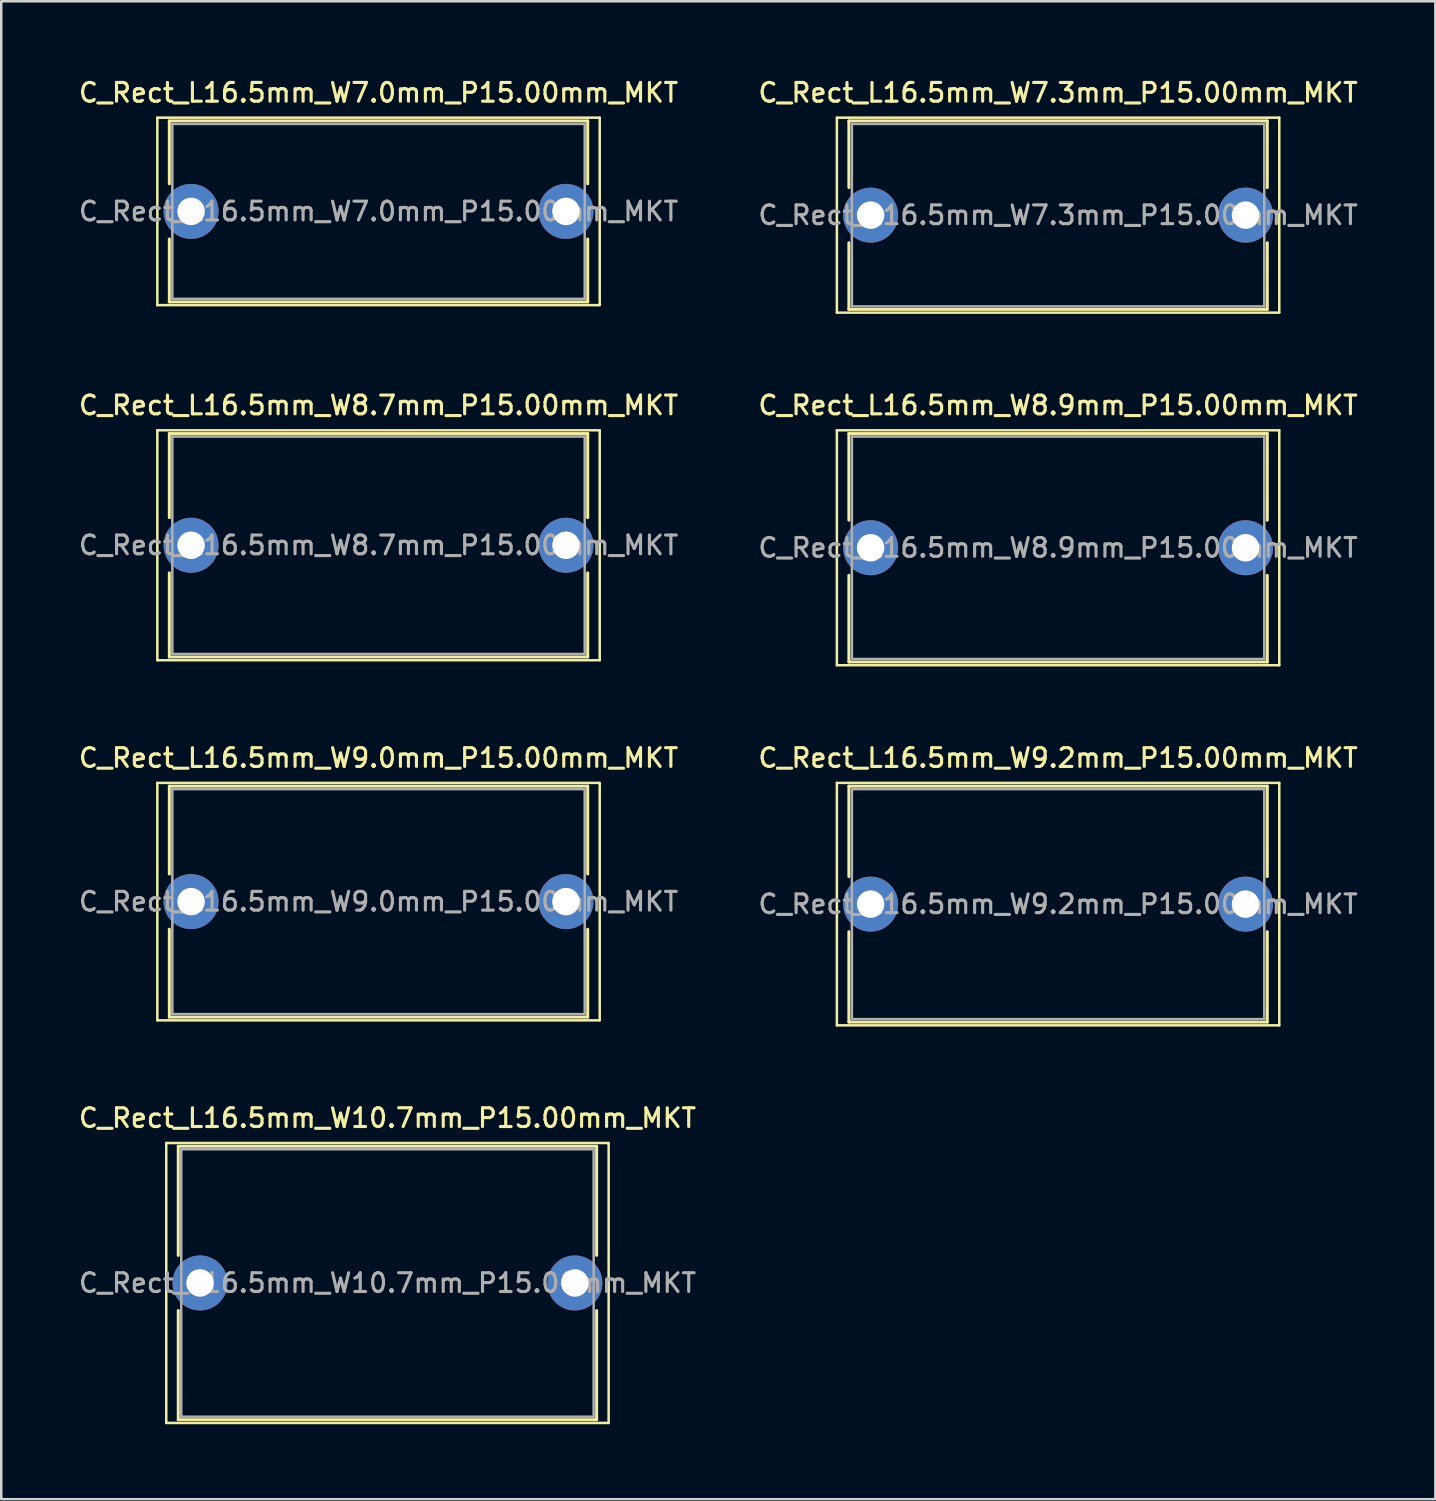
<source format=kicad_pcb>
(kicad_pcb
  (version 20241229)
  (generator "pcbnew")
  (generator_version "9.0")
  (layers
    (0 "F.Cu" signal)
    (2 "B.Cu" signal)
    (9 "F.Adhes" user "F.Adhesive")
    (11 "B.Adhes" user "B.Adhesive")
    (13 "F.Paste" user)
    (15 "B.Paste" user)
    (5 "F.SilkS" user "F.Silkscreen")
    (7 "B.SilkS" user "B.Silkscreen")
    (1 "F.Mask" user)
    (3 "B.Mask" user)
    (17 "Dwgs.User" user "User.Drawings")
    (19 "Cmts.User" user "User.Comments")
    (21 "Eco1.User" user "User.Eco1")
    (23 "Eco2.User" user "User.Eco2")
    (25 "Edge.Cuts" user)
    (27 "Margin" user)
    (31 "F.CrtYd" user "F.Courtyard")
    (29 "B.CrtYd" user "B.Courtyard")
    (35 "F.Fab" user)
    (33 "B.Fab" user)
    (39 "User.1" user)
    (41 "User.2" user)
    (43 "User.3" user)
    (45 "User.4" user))
  (footprint "C_Rect_L16.5mm_W8.7mm_P15.00mm_MKT"
    (layer "F.Cu")
    (at 4.595 18.766)
    (property "Reference" "C_Rect_L16.5mm_W8.7mm_P15.00mm_MKT" (at 7.5 -5.6 0) (layer "F.SilkS") (effects (font (size 0.75 0.75) (thickness 0.125))))
    (attr through_hole)
    (fp_line (start -1.35 -4.6) (end -1.35 4.6) (stroke (width 0.1) (type solid)) (layer "F.SilkS"))
    (fp_line (start -1.35 4.6) (end 16.35 4.6) (stroke (width 0.1) (type solid)) (layer "F.SilkS"))
    (fp_line (start -0.87 -4.47) (end -0.87 -1.104) (stroke (width 0.12) (type solid)) (layer "F.SilkS"))
    (fp_line (start -0.87 -4.47) (end 15.87 -4.47) (stroke (width 0.12) (type solid)) (layer "F.SilkS"))
    (fp_line (start -0.87 1.104) (end -0.87 4.47) (stroke (width 0.12) (type solid)) (layer "F.SilkS"))
    (fp_line (start -0.87 4.47) (end 15.87 4.47) (stroke (width 0.12) (type solid)) (layer "F.SilkS"))
    (fp_line (start 15.87 -4.47) (end 15.87 -1.104) (stroke (width 0.12) (type solid)) (layer "F.SilkS"))
    (fp_line (start 15.87 1.104) (end 15.87 4.47) (stroke (width 0.12) (type solid)) (layer "F.SilkS"))
    (fp_line (start 16.35 -4.6) (end -1.35 -4.6) (stroke (width 0.1) (type solid)) (layer "F.SilkS"))
    (fp_line (start 16.35 4.6) (end 16.35 -4.6) (stroke (width 0.1) (type solid)) (layer "F.SilkS"))
    (fp_line (start -0.75 -4.35) (end -0.75 4.35) (stroke (width 0.1) (type solid)) (layer "F.Fab"))
    (fp_line (start -0.75 4.35) (end 15.75 4.35) (stroke (width 0.1) (type solid)) (layer "F.Fab"))
    (fp_line (start 15.75 -4.35) (end -0.75 -4.35) (stroke (width 0.1) (type solid)) (layer "F.Fab"))
    (fp_line (start 15.75 4.35) (end 15.75 -4.35) (stroke (width 0.1) (type solid)) (layer "F.Fab"))
    (fp_text user "${REFERENCE}" (at 7.5 0 0) (layer "F.Fab") (effects (font (size 0.75 0.75) (thickness 0.125))))
    (pad "1" thru_hole circle (at 0 0) (size 2.2 2.2) (drill 1.1) (layers "*.Cu" "*.Mask"))
    (pad "2" thru_hole circle (at 15 0) (size 2.2 2.2) (drill 1.1) (layers "*.Cu" "*.Mask")))
  (footprint "C_Rect_L16.5mm_W8.9mm_P15.00mm_MKT"
    (layer "F.Cu")
    (at 31.784 18.866)
    (property "Reference" "C_Rect_L16.5mm_W8.9mm_P15.00mm_MKT" (at 7.5 -5.7 0) (layer "F.SilkS") (effects (font (size 0.75 0.75) (thickness 0.125))))
    (attr through_hole)
    (fp_line (start -1.35 -4.7) (end -1.35 4.7) (stroke (width 0.1) (type solid)) (layer "F.SilkS"))
    (fp_line (start -1.35 4.7) (end 16.35 4.7) (stroke (width 0.1) (type solid)) (layer "F.SilkS"))
    (fp_line (start -0.87 -4.57) (end -0.87 -1.104) (stroke (width 0.12) (type solid)) (layer "F.SilkS"))
    (fp_line (start -0.87 -4.57) (end 15.87 -4.57) (stroke (width 0.12) (type solid)) (layer "F.SilkS"))
    (fp_line (start -0.87 1.104) (end -0.87 4.57) (stroke (width 0.12) (type solid)) (layer "F.SilkS"))
    (fp_line (start -0.87 4.57) (end 15.87 4.57) (stroke (width 0.12) (type solid)) (layer "F.SilkS"))
    (fp_line (start 15.87 -4.57) (end 15.87 -1.104) (stroke (width 0.12) (type solid)) (layer "F.SilkS"))
    (fp_line (start 15.87 1.104) (end 15.87 4.57) (stroke (width 0.12) (type solid)) (layer "F.SilkS"))
    (fp_line (start 16.35 -4.7) (end -1.35 -4.7) (stroke (width 0.1) (type solid)) (layer "F.SilkS"))
    (fp_line (start 16.35 4.7) (end 16.35 -4.7) (stroke (width 0.1) (type solid)) (layer "F.SilkS"))
    (fp_line (start -0.75 -4.45) (end -0.75 4.45) (stroke (width 0.1) (type solid)) (layer "F.Fab"))
    (fp_line (start -0.75 4.45) (end 15.75 4.45) (stroke (width 0.1) (type solid)) (layer "F.Fab"))
    (fp_line (start 15.75 -4.45) (end -0.75 -4.45) (stroke (width 0.1) (type solid)) (layer "F.Fab"))
    (fp_line (start 15.75 4.45) (end 15.75 -4.45) (stroke (width 0.1) (type solid)) (layer "F.Fab"))
    (fp_text user "${REFERENCE}" (at 7.5 0 0) (layer "F.Fab") (effects (font (size 0.75 0.75) (thickness 0.125))))
    (pad "1" thru_hole circle (at 0 0) (size 2.2 2.2) (drill 1.1) (layers "*.Cu" "*.Mask"))
    (pad "2" thru_hole circle (at 15 0) (size 2.2 2.2) (drill 1.1) (layers "*.Cu" "*.Mask")))
  (footprint "C_Rect_L16.5mm_W7.0mm_P15.00mm_MKT"
    (layer "F.Cu")
    (at 4.595 5.408)
    (property "Reference" "C_Rect_L16.5mm_W7.0mm_P15.00mm_MKT" (at 7.5 -4.75 0) (layer "F.SilkS") (effects (font (size 0.75 0.75) (thickness 0.125))))
    (attr through_hole)
    (fp_line (start -1.35 -3.75) (end -1.35 3.75) (stroke (width 0.1) (type solid)) (layer "F.SilkS"))
    (fp_line (start -1.35 3.75) (end 16.35 3.75) (stroke (width 0.1) (type solid)) (layer "F.SilkS"))
    (fp_line (start -0.87 -3.62) (end -0.87 -1.104) (stroke (width 0.12) (type solid)) (layer "F.SilkS"))
    (fp_line (start -0.87 -3.62) (end 15.87 -3.62) (stroke (width 0.12) (type solid)) (layer "F.SilkS"))
    (fp_line (start -0.87 1.104) (end -0.87 3.62) (stroke (width 0.12) (type solid)) (layer "F.SilkS"))
    (fp_line (start -0.87 3.62) (end 15.87 3.62) (stroke (width 0.12) (type solid)) (layer "F.SilkS"))
    (fp_line (start 15.87 -3.62) (end 15.87 -1.104) (stroke (width 0.12) (type solid)) (layer "F.SilkS"))
    (fp_line (start 15.87 1.104) (end 15.87 3.62) (stroke (width 0.12) (type solid)) (layer "F.SilkS"))
    (fp_line (start 16.35 -3.75) (end -1.35 -3.75) (stroke (width 0.1) (type solid)) (layer "F.SilkS"))
    (fp_line (start 16.35 3.75) (end 16.35 -3.75) (stroke (width 0.1) (type solid)) (layer "F.SilkS"))
    (fp_line (start -0.75 -3.5) (end -0.75 3.5) (stroke (width 0.1) (type solid)) (layer "F.Fab"))
    (fp_line (start -0.75 3.5) (end 15.75 3.5) (stroke (width 0.1) (type solid)) (layer "F.Fab"))
    (fp_line (start 15.75 -3.5) (end -0.75 -3.5) (stroke (width 0.1) (type solid)) (layer "F.Fab"))
    (fp_line (start 15.75 3.5) (end 15.75 -3.5) (stroke (width 0.1) (type solid)) (layer "F.Fab"))
    (fp_text user "${REFERENCE}" (at 7.5 0 0) (layer "F.Fab") (effects (font (size 0.75 0.75) (thickness 0.125))))
    (pad "1" thru_hole circle (at 0 0) (size 2.2 2.2) (drill 1.1) (layers "*.Cu" "*.Mask"))
    (pad "2" thru_hole circle (at 15 0) (size 2.2 2.2) (drill 1.1) (layers "*.Cu" "*.Mask")))
  (footprint "C_Rect_L16.5mm_W10.7mm_P15.00mm_MKT"
    (layer "F.Cu")
    (at 4.952 48.282)
    (property "Reference" "C_Rect_L16.5mm_W10.7mm_P15.00mm_MKT" (at 7.5 -6.6 0) (layer "F.SilkS") (effects (font (size 0.75 0.75) (thickness 0.125))))
    (attr through_hole)
    (fp_line (start -1.35 -5.6) (end -1.35 5.6) (stroke (width 0.1) (type solid)) (layer "F.SilkS"))
    (fp_line (start -1.35 5.6) (end 16.35 5.6) (stroke (width 0.1) (type solid)) (layer "F.SilkS"))
    (fp_line (start -0.87 -5.47) (end -0.87 -1.104) (stroke (width 0.12) (type solid)) (layer "F.SilkS"))
    (fp_line (start -0.87 -5.47) (end 15.87 -5.47) (stroke (width 0.12) (type solid)) (layer "F.SilkS"))
    (fp_line (start -0.87 1.104) (end -0.87 5.47) (stroke (width 0.12) (type solid)) (layer "F.SilkS"))
    (fp_line (start -0.87 5.47) (end 15.87 5.47) (stroke (width 0.12) (type solid)) (layer "F.SilkS"))
    (fp_line (start 15.87 -5.47) (end 15.87 -1.104) (stroke (width 0.12) (type solid)) (layer "F.SilkS"))
    (fp_line (start 15.87 1.104) (end 15.87 5.47) (stroke (width 0.12) (type solid)) (layer "F.SilkS"))
    (fp_line (start 16.35 -5.6) (end -1.35 -5.6) (stroke (width 0.1) (type solid)) (layer "F.SilkS"))
    (fp_line (start 16.35 5.6) (end 16.35 -5.6) (stroke (width 0.1) (type solid)) (layer "F.SilkS"))
    (fp_line (start -0.75 -5.35) (end -0.75 5.35) (stroke (width 0.1) (type solid)) (layer "F.Fab"))
    (fp_line (start -0.75 5.35) (end 15.75 5.35) (stroke (width 0.1) (type solid)) (layer "F.Fab"))
    (fp_line (start 15.75 -5.35) (end -0.75 -5.35) (stroke (width 0.1) (type solid)) (layer "F.Fab"))
    (fp_line (start 15.75 5.35) (end 15.75 -5.35) (stroke (width 0.1) (type solid)) (layer "F.Fab"))
    (fp_text user "${REFERENCE}" (at 7.5 0 0) (layer "F.Fab") (effects (font (size 0.75 0.75) (thickness 0.125))))
    (pad "1" thru_hole circle (at 0 0) (size 2.2 2.2) (drill 1.1) (layers "*.Cu" "*.Mask"))
    (pad "2" thru_hole circle (at 15 0) (size 2.2 2.2) (drill 1.1) (layers "*.Cu" "*.Mask")))
  (footprint "C_Rect_L16.5mm_W7.3mm_P15.00mm_MKT"
    (layer "F.Cu")
    (at 31.784 5.558)
    (property "Reference" "C_Rect_L16.5mm_W7.3mm_P15.00mm_MKT" (at 7.5 -4.9 0) (layer "F.SilkS") (effects (font (size 0.75 0.75) (thickness 0.125))))
    (attr through_hole)
    (fp_line (start -1.35 -3.9) (end -1.35 3.9) (stroke (width 0.1) (type solid)) (layer "F.SilkS"))
    (fp_line (start -1.35 3.9) (end 16.35 3.9) (stroke (width 0.1) (type solid)) (layer "F.SilkS"))
    (fp_line (start -0.87 -3.77) (end -0.87 -1.104) (stroke (width 0.12) (type solid)) (layer "F.SilkS"))
    (fp_line (start -0.87 -3.77) (end 15.87 -3.77) (stroke (width 0.12) (type solid)) (layer "F.SilkS"))
    (fp_line (start -0.87 1.104) (end -0.87 3.77) (stroke (width 0.12) (type solid)) (layer "F.SilkS"))
    (fp_line (start -0.87 3.77) (end 15.87 3.77) (stroke (width 0.12) (type solid)) (layer "F.SilkS"))
    (fp_line (start 15.87 -3.77) (end 15.87 -1.104) (stroke (width 0.12) (type solid)) (layer "F.SilkS"))
    (fp_line (start 15.87 1.104) (end 15.87 3.77) (stroke (width 0.12) (type solid)) (layer "F.SilkS"))
    (fp_line (start 16.35 -3.9) (end -1.35 -3.9) (stroke (width 0.1) (type solid)) (layer "F.SilkS"))
    (fp_line (start 16.35 3.9) (end 16.35 -3.9) (stroke (width 0.1) (type solid)) (layer "F.SilkS"))
    (fp_line (start -0.75 -3.65) (end -0.75 3.65) (stroke (width 0.1) (type solid)) (layer "F.Fab"))
    (fp_line (start -0.75 3.65) (end 15.75 3.65) (stroke (width 0.1) (type solid)) (layer "F.Fab"))
    (fp_line (start 15.75 -3.65) (end -0.75 -3.65) (stroke (width 0.1) (type solid)) (layer "F.Fab"))
    (fp_line (start 15.75 3.65) (end 15.75 -3.65) (stroke (width 0.1) (type solid)) (layer "F.Fab"))
    (fp_text user "${REFERENCE}" (at 7.5 0 0) (layer "F.Fab") (effects (font (size 0.75 0.75) (thickness 0.125))))
    (pad "1" thru_hole circle (at 0 0) (size 2.2 2.2) (drill 1.1) (layers "*.Cu" "*.Mask"))
    (pad "2" thru_hole circle (at 15 0) (size 2.2 2.2) (drill 1.1) (layers "*.Cu" "*.Mask")))
  (footprint "C_Rect_L16.5mm_W9.2mm_P15.00mm_MKT"
    (layer "F.Cu")
    (at 31.784 33.124)
    (property "Reference" "C_Rect_L16.5mm_W9.2mm_P15.00mm_MKT" (at 7.5 -5.85 0) (layer "F.SilkS") (effects (font (size 0.75 0.75) (thickness 0.125))))
    (attr through_hole)
    (fp_line (start -1.35 -4.85) (end -1.35 4.85) (stroke (width 0.1) (type solid)) (layer "F.SilkS"))
    (fp_line (start -1.35 4.85) (end 16.35 4.85) (stroke (width 0.1) (type solid)) (layer "F.SilkS"))
    (fp_line (start -0.87 -4.72) (end -0.87 -1.104) (stroke (width 0.12) (type solid)) (layer "F.SilkS"))
    (fp_line (start -0.87 -4.72) (end 15.87 -4.72) (stroke (width 0.12) (type solid)) (layer "F.SilkS"))
    (fp_line (start -0.87 1.104) (end -0.87 4.72) (stroke (width 0.12) (type solid)) (layer "F.SilkS"))
    (fp_line (start -0.87 4.72) (end 15.87 4.72) (stroke (width 0.12) (type solid)) (layer "F.SilkS"))
    (fp_line (start 15.87 -4.72) (end 15.87 -1.104) (stroke (width 0.12) (type solid)) (layer "F.SilkS"))
    (fp_line (start 15.87 1.104) (end 15.87 4.72) (stroke (width 0.12) (type solid)) (layer "F.SilkS"))
    (fp_line (start 16.35 -4.85) (end -1.35 -4.85) (stroke (width 0.1) (type solid)) (layer "F.SilkS"))
    (fp_line (start 16.35 4.85) (end 16.35 -4.85) (stroke (width 0.1) (type solid)) (layer "F.SilkS"))
    (fp_line (start -0.75 -4.6) (end -0.75 4.6) (stroke (width 0.1) (type solid)) (layer "F.Fab"))
    (fp_line (start -0.75 4.6) (end 15.75 4.6) (stroke (width 0.1) (type solid)) (layer "F.Fab"))
    (fp_line (start 15.75 -4.6) (end -0.75 -4.6) (stroke (width 0.1) (type solid)) (layer "F.Fab"))
    (fp_line (start 15.75 4.6) (end 15.75 -4.6) (stroke (width 0.1) (type solid)) (layer "F.Fab"))
    (fp_text user "${REFERENCE}" (at 7.5 0 0) (layer "F.Fab") (effects (font (size 0.75 0.75) (thickness 0.125))))
    (pad "1" thru_hole circle (at 0 0) (size 2.2 2.2) (drill 1.1) (layers "*.Cu" "*.Mask"))
    (pad "2" thru_hole circle (at 15 0) (size 2.2 2.2) (drill 1.1) (layers "*.Cu" "*.Mask")))
  (footprint "C_Rect_L16.5mm_W9.0mm_P15.00mm_MKT"
    (layer "F.Cu")
    (at 4.595 33.024)
    (property "Reference" "C_Rect_L16.5mm_W9.0mm_P15.00mm_MKT" (at 7.5 -5.75 0) (layer "F.SilkS") (effects (font (size 0.75 0.75) (thickness 0.125))))
    (attr through_hole)
    (fp_line (start -1.35 -4.75) (end -1.35 4.75) (stroke (width 0.1) (type solid)) (layer "F.SilkS"))
    (fp_line (start -1.35 4.75) (end 16.35 4.75) (stroke (width 0.1) (type solid)) (layer "F.SilkS"))
    (fp_line (start -0.87 -4.62) (end -0.87 -1.104) (stroke (width 0.12) (type solid)) (layer "F.SilkS"))
    (fp_line (start -0.87 -4.62) (end 15.87 -4.62) (stroke (width 0.12) (type solid)) (layer "F.SilkS"))
    (fp_line (start -0.87 1.104) (end -0.87 4.62) (stroke (width 0.12) (type solid)) (layer "F.SilkS"))
    (fp_line (start -0.87 4.62) (end 15.87 4.62) (stroke (width 0.12) (type solid)) (layer "F.SilkS"))
    (fp_line (start 15.87 -4.62) (end 15.87 -1.104) (stroke (width 0.12) (type solid)) (layer "F.SilkS"))
    (fp_line (start 15.87 1.104) (end 15.87 4.62) (stroke (width 0.12) (type solid)) (layer "F.SilkS"))
    (fp_line (start 16.35 -4.75) (end -1.35 -4.75) (stroke (width 0.1) (type solid)) (layer "F.SilkS"))
    (fp_line (start 16.35 4.75) (end 16.35 -4.75) (stroke (width 0.1) (type solid)) (layer "F.SilkS"))
    (fp_line (start -0.75 -4.5) (end -0.75 4.5) (stroke (width 0.1) (type solid)) (layer "F.Fab"))
    (fp_line (start -0.75 4.5) (end 15.75 4.5) (stroke (width 0.1) (type solid)) (layer "F.Fab"))
    (fp_line (start 15.75 -4.5) (end -0.75 -4.5) (stroke (width 0.1) (type solid)) (layer "F.Fab"))
    (fp_line (start 15.75 4.5) (end 15.75 -4.5) (stroke (width 0.1) (type solid)) (layer "F.Fab"))
    (fp_text user "${REFERENCE}" (at 7.5 0 0) (layer "F.Fab") (effects (font (size 0.75 0.75) (thickness 0.125))))
    (pad "1" thru_hole circle (at 0 0) (size 2.2 2.2) (drill 1.1) (layers "*.Cu" "*.Mask"))
    (pad "2" thru_hole circle (at 15 0) (size 2.2 2.2) (drill 1.1) (layers "*.Cu" "*.Mask")))
  (gr_rect
    (start -3 -3)
    (end 54.379 56.932)
    (stroke (width 0.1) (type default))
    (fill no)
    (layer "Edge.Cuts")))
</source>
